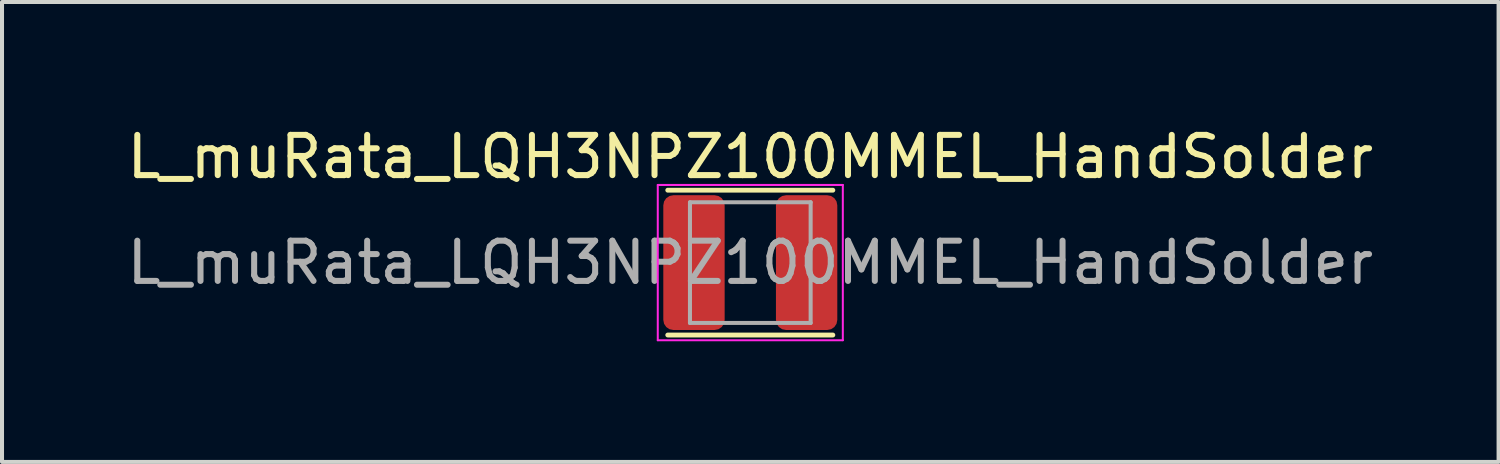
<source format=kicad_pcb>
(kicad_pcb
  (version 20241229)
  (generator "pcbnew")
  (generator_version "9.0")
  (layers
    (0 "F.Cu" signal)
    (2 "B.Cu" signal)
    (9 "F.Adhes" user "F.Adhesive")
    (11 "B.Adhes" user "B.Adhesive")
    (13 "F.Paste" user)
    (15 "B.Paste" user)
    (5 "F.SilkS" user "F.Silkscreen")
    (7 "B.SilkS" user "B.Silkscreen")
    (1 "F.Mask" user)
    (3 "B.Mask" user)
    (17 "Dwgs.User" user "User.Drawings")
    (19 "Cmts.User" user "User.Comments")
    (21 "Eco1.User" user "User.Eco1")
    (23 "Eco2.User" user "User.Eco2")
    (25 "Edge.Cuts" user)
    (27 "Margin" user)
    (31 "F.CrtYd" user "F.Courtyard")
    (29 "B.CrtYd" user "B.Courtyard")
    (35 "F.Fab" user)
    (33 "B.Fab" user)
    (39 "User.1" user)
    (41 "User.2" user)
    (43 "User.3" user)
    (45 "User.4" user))
  (footprint "L_muRata_LQH3NPZ100MMEL_HandSolder"
    (layer "F.Cu")
    (at 15.601 3.478)
    (property "Reference" "L_muRata_LQH3NPZ100MMEL_HandSolder" (at 0 -2.63 0) (layer "F.SilkS") (effects (font (size 1 1) (thickness 0.15))))
    (attr smd)
    (fp_line (start -2.052 -1.8) (end 2.052 -1.8) (stroke (width 0.12) (type solid)) (layer "F.SilkS"))
    (fp_line (start -2.052 1.8) (end 2.052 1.8) (stroke (width 0.12) (type solid)) (layer "F.SilkS"))
    (fp_line (start -2.3 -1.93) (end 2.3 -1.93) (stroke (width 0.05) (type solid)) (layer "F.CrtYd"))
    (fp_line (start -2.3 1.93) (end -2.3 -1.93) (stroke (width 0.05) (type solid)) (layer "F.CrtYd"))
    (fp_line (start 2.3 -1.93) (end 2.3 1.93) (stroke (width 0.05) (type solid)) (layer "F.CrtYd"))
    (fp_line (start 2.3 1.93) (end -2.3 1.93) (stroke (width 0.05) (type solid)) (layer "F.CrtYd"))
    (fp_line (start -1.5 -1.5) (end 1.5 -1.5) (stroke (width 0.1) (type solid)) (layer "F.Fab"))
    (fp_line (start -1.5 1.5) (end -1.5 -1.5) (stroke (width 0.1) (type solid)) (layer "F.Fab"))
    (fp_line (start 1.5 -1.5) (end 1.5 1.5) (stroke (width 0.1) (type solid)) (layer "F.Fab"))
    (fp_line (start 1.5 1.5) (end -1.5 1.5) (stroke (width 0.1) (type solid)) (layer "F.Fab"))
    (fp_text user "${REFERENCE}" (at 0 0 0) (layer "F.Fab") (effects (font (size 1 1) (thickness 0.15))))
    (pad "1" smd roundrect (at -1.4 0) (size 1.525 3.35) (layers "F.Cu" "F.Mask" "F.Paste") (roundrect_rratio 0.164))
    (pad "2" smd roundrect (at 1.4 0) (size 1.525 3.35) (layers "F.Cu" "F.Mask" "F.Paste") (roundrect_rratio 0.164)))
  (gr_rect
    (start -3 -3)
    (end 34.202 8.433)
    (stroke (width 0.1) (type default))
    (fill no)
    (layer "Edge.Cuts")))
</source>
